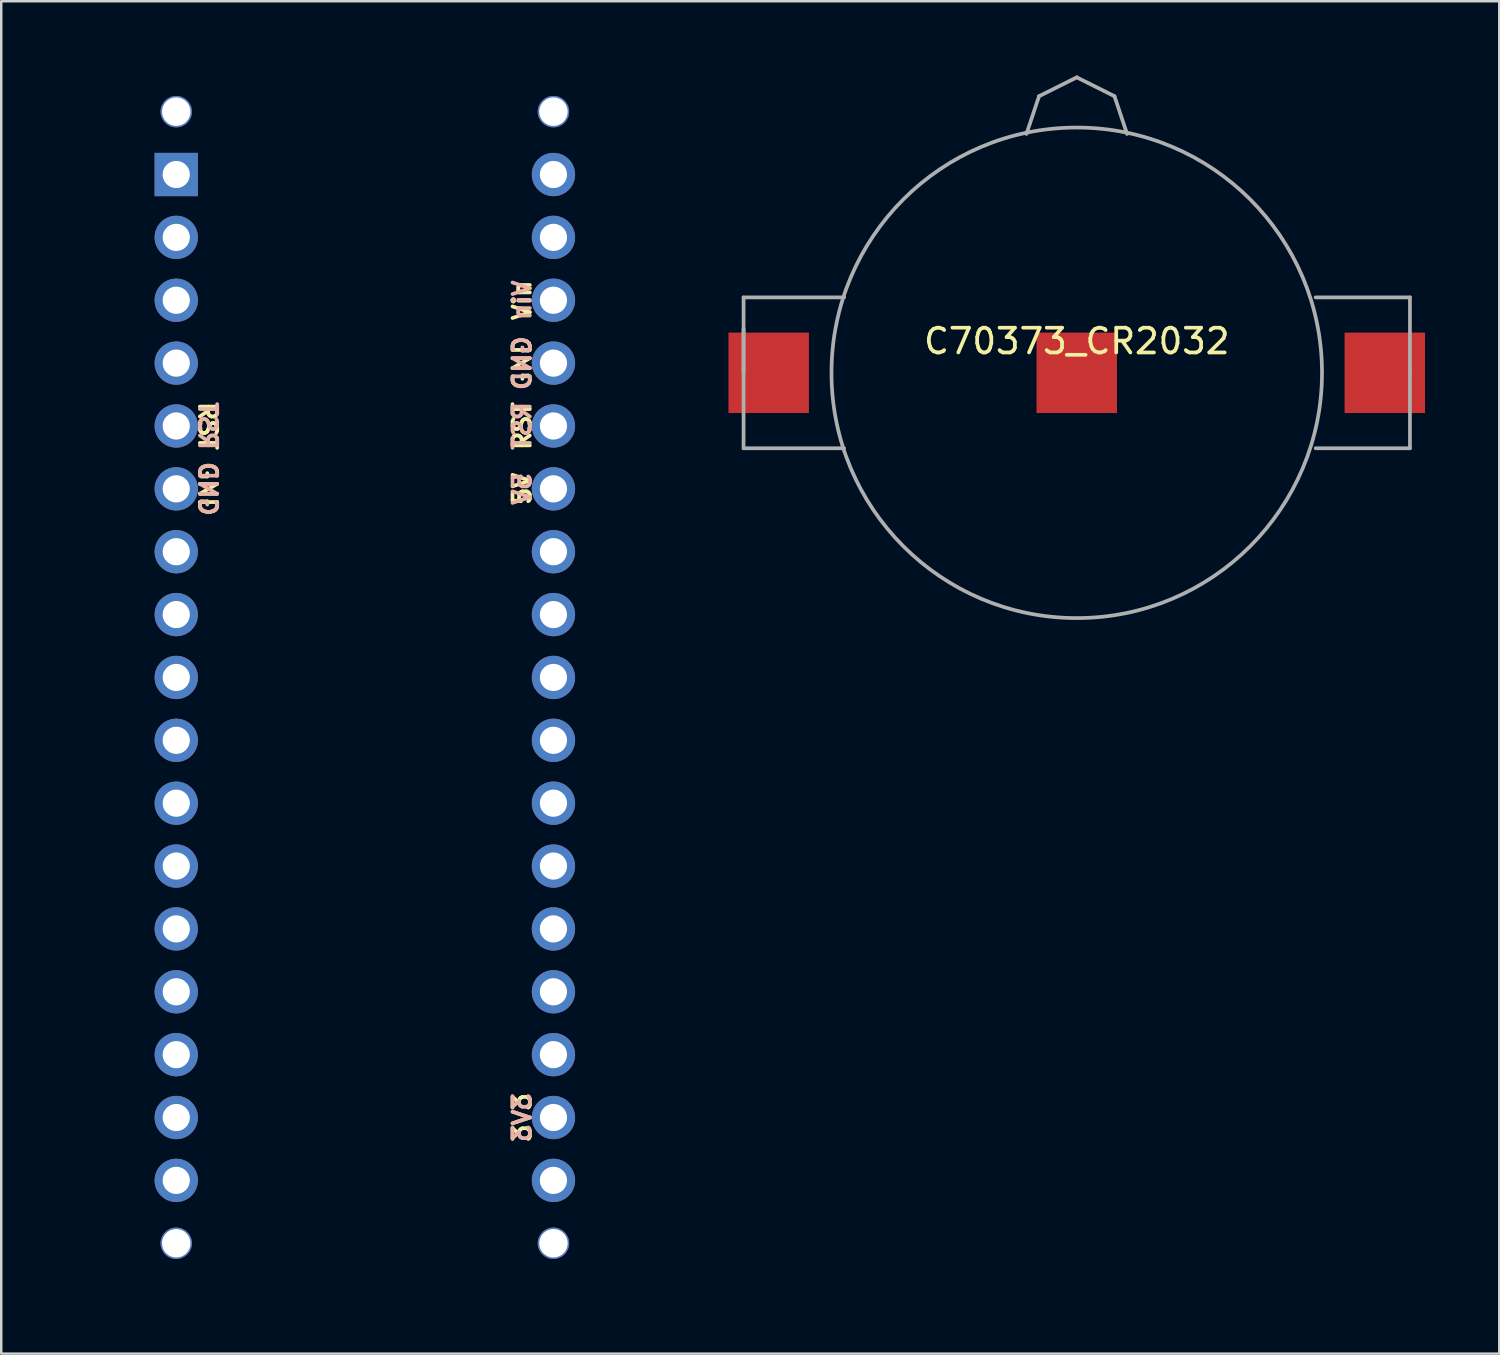
<source format=kicad_pcb>
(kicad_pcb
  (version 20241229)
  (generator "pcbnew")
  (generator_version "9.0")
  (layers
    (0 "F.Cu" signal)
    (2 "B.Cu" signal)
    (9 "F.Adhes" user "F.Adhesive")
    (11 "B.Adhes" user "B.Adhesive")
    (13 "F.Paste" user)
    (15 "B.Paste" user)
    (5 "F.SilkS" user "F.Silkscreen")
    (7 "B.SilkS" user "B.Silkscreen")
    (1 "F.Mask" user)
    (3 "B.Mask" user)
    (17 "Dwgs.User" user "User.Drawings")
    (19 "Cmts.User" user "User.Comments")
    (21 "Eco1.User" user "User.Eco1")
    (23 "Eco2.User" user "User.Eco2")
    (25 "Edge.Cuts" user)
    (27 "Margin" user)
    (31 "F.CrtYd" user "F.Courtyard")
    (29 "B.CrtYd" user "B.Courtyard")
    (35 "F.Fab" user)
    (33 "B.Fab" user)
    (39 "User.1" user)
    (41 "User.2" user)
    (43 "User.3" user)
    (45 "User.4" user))
  (footprint "C70373_CR2032"
    (layer "F.Cu")
    (at 46.55 7.441)
    (property "Reference" "C70373_CR2032" (at -6.096 3.294 0) (layer "F.SilkS") (effects (font (size 1 1) (thickness 0.15))))
    (attr through_hole)
    (fp_line (start -19.558 1.524) (end -15.494 1.524) (stroke (width 0.15) (type solid)) (layer "F.Fab"))
    (fp_line (start -19.558 2.794) (end -19.558 7.62) (stroke (width 0.15) (type solid)) (layer "F.Fab"))
    (fp_line (start -19.558 4.572) (end -19.558 1.524) (stroke (width 0.15) (type solid)) (layer "F.Fab"))
    (fp_line (start -19.558 7.62) (end -15.494 7.62) (stroke (width 0.15) (type solid)) (layer "F.Fab"))
    (fp_line (start -8.128 -5.08) (end -7.62 -6.604) (stroke (width 0.15) (type solid)) (layer "F.Fab"))
    (fp_line (start -7.62 -6.604) (end -6.096 -7.366) (stroke (width 0.15) (type solid)) (layer "F.Fab"))
    (fp_line (start -6.096 -7.366) (end -4.572 -6.604) (stroke (width 0.15) (type solid)) (layer "F.Fab"))
    (fp_line (start -4.572 -6.604) (end -4.064 -5.08) (stroke (width 0.15) (type solid)) (layer "F.Fab"))
    (fp_line (start 7.366 1.524) (end 3.556 1.524) (stroke (width 0.15) (type solid)) (layer "F.Fab"))
    (fp_line (start 7.366 4.572) (end 7.366 1.524) (stroke (width 0.15) (type solid)) (layer "F.Fab"))
    (fp_line (start 7.366 4.572) (end 7.366 7.62) (stroke (width 0.15) (type solid)) (layer "F.Fab"))
    (fp_line (start 7.366 7.62) (end 3.556 7.62) (stroke (width 0.15) (type solid)) (layer "F.Fab"))
    (fp_circle (center -6.096 4.572) (end 3.81 4.318) (stroke (width 0.15) (type solid)) (fill no) (layer "F.Fab"))
    (pad "1" smd rect (at -18.542 4.572) (size 3.25 3.25) (layers "F.Cu" "F.Mask" "F.Paste"))
    (pad "1" smd rect (at 6.35 4.572) (size 3.25 3.25) (layers "F.Cu" "F.Mask" "F.Paste"))
    (pad "2" smd rect (at -6.096 4.572) (size 3.25 3.25) (layers "F.Cu" "F.Mask" "F.Paste")))
  (footprint "arduino_micro_large"
    (layer "F.Cu")
    (at 11.691 16.701)
    (property "Reference" "arduino_micro_large" (at 0 -2.54 0) (layer "Eco1.User") (effects (font (size 1.27 1.524) (thickness 0.203))))
    (attr through_hole)
    (fp_line (start -8.89 -16.51) (end -8.89 31.75) (stroke (width 0.381) (type solid)) (layer "Margin"))
    (fp_line (start -8.89 -13.716) (end -8.89 16.764) (stroke (width 0.381) (type solid)) (layer "Margin"))
    (fp_line (start -8.89 31.75) (end 8.89 31.75) (stroke (width 0.381) (type solid)) (layer "Margin"))
    (fp_line (start -8.89 31.75) (end 8.89 31.75) (stroke (width 0.381) (type solid)) (layer "Margin"))
    (fp_line (start -6.35 -13.97) (end -8.89 -13.97) (stroke (width 0.381) (type solid)) (layer "Margin"))
    (fp_line (start -6.35 -13.97) (end -6.35 -11.43) (stroke (width 0.381) (type solid)) (layer "Margin"))
    (fp_line (start -6.35 -13.716) (end -6.35 -11.43) (stroke (width 0.381) (type solid)) (layer "Margin"))
    (fp_line (start -6.35 -11.43) (end -8.89 -11.43) (stroke (width 0.381) (type solid)) (layer "Margin"))
    (fp_line (start 8.89 -16.51) (end -8.89 -16.51) (stroke (width 0.381) (type solid)) (layer "Margin"))
    (fp_line (start 8.89 -16.51) (end -8.89 -16.51) (stroke (width 0.381) (type solid)) (layer "Margin"))
    (fp_line (start 8.89 16.764) (end 8.89 -16.51) (stroke (width 0.381) (type solid)) (layer "Margin"))
    (fp_line (start 8.89 31.75) (end 8.89 -16.51) (stroke (width 0.381) (type solid)) (layer "Margin"))
    (fp_text user "GND" (at 6.35 -5.08 90) (layer "F.SilkS") (effects (font (size 0.7 0.7) (thickness 0.15))))
    (fp_text user "GND" (at -6.35 0 270) (unlocked yes) (layer "F.SilkS") (effects (font (size 0.7 0.7) (thickness 0.15))))
    (fp_text user "5V" (at 6.35 0 90) (unlocked yes) (layer "F.SilkS") (effects (font (size 0.7 0.7) (thickness 0.15))))
    (fp_text user "RST" (at -6.35 -2.54 270) (unlocked yes) (layer "F.SilkS") (effects (font (size 0.7 0.7) (thickness 0.15))))
    (fp_text user "Vin" (at 6.35 -7.62 90) (layer "F.SilkS") (effects (font (size 0.7 0.7) (thickness 0.15))))
    (fp_text user "RST" (at 6.35 -2.54 90) (layer "F.SilkS") (effects (font (size 0.7 0.7) (thickness 0.15))))
    (fp_text user "3V3" (at 6.35 25.4 90) (unlocked yes) (layer "F.SilkS") (effects (font (size 0.7 0.7) (thickness 0.15))))
    (fp_text user "Vin" (at 6.35 -7.62 90) (layer "B.SilkS") (effects (font (size 0.7 0.7) (thickness 0.15)) (justify mirror)))
    (fp_text user "3V3" (at 6.35 25.4 90) (unlocked yes) (layer "B.SilkS") (effects (font (size 0.7 0.7) (thickness 0.15)) (justify mirror)))
    (fp_text user "RST" (at 6.35 -2.54 90) (unlocked yes) (layer "B.SilkS") (effects (font (size 0.7 0.7) (thickness 0.15)) (justify mirror)))
    (fp_text user "GND" (at 6.35 -5.08 90) (layer "B.SilkS") (effects (font (size 0.7 0.7) (thickness 0.15)) (justify mirror)))
    (fp_text user "GND" (at -6.35 0 270) (unlocked yes) (layer "B.SilkS") (effects (font (size 0.7 0.7) (thickness 0.15)) (justify mirror)))
    (fp_text user "5V" (at 6.35 0 90) (unlocked yes) (layer "B.SilkS") (effects (font (size 0.7 0.7) (thickness 0.15)) (justify mirror)))
    (fp_text user "RST" (at -6.35 -2.54 270) (unlocked yes) (layer "B.SilkS") (effects (font (size 0.7 0.7) (thickness 0.15)) (justify mirror)))
    (pad "" np_thru_hole circle (at -7.62 -15.24 270) (size 1.27 1.27) (drill 1.152) (layers "*.Cu" "*.Mask"))
    (pad "" np_thru_hole circle (at -7.62 30.48 270) (size 1.27 1.27) (drill 1.152) (layers "*.Cu" "*.Mask"))
    (pad "" np_thru_hole circle (at 7.62 -15.24 270) (size 1.27 1.27) (drill 1.152) (layers "*.Cu" "*.Mask"))
    (pad "" np_thru_hole circle (at 7.62 30.48 270) (size 1.27 1.27) (drill 1.152) (layers "*.Cu" "*.Mask"))
    (pad "1" thru_hole rect (at -7.62 -12.7 270) (size 1.75 1.75) (drill 1.1) (layers "*.Cu" "*.Mask"))
    (pad "2" thru_hole circle (at -7.62 -10.16 270) (size 1.75 1.75) (drill 1.1) (layers "*.Cu" "*.Mask"))
    (pad "3" thru_hole circle (at -7.62 -7.62 270) (size 1.75 1.75) (drill 1.1) (layers "*.Cu" "*.Mask"))
    (pad "4" thru_hole circle (at -7.62 -5.08 270) (size 1.75 1.75) (drill 1.1) (layers "*.Cu" "*.Mask"))
    (pad "5" thru_hole circle (at -7.62 -2.54 270) (size 1.75 1.75) (drill 1.1) (layers "*.Cu" "*.Mask"))
    (pad "6" thru_hole circle (at -7.62 0 270) (size 1.75 1.75) (drill 1.1) (layers "*.Cu" "*.Mask"))
    (pad "7" thru_hole circle (at -7.62 2.54 270) (size 1.75 1.75) (drill 1.1) (layers "*.Cu" "*.Mask"))
    (pad "8" thru_hole circle (at -7.62 5.08 270) (size 1.75 1.75) (drill 1.1) (layers "*.Cu" "*.Mask"))
    (pad "9" thru_hole circle (at -7.62 7.62 270) (size 1.75 1.75) (drill 1.1) (layers "*.Cu" "*.Mask"))
    (pad "10" thru_hole circle (at -7.62 10.16 270) (size 1.75 1.75) (drill 1.1) (layers "*.Cu" "*.Mask"))
    (pad "11" thru_hole circle (at -7.62 12.7 270) (size 1.75 1.75) (drill 1.1) (layers "*.Cu" "*.Mask"))
    (pad "12" thru_hole circle (at -7.62 15.24 270) (size 1.75 1.75) (drill 1.1) (layers "*.Cu" "*.Mask"))
    (pad "13" thru_hole circle (at -7.62 17.78 270) (size 1.75 1.75) (drill 1.1) (layers "*.Cu" "*.Mask"))
    (pad "14" thru_hole circle (at -7.62 20.32 270) (size 1.75 1.75) (drill 1.1) (layers "*.Cu" "*.Mask"))
    (pad "15" thru_hole circle (at -7.62 22.86 270) (size 1.75 1.75) (drill 1.1) (layers "*.Cu" "*.Mask"))
    (pad "16" thru_hole circle (at -7.62 25.4 270) (size 1.75 1.75) (drill 1.1) (layers "*.Cu" "*.Mask"))
    (pad "17" thru_hole circle (at -7.62 27.94 270) (size 1.75 1.75) (drill 1.1) (layers "*.Cu" "*.Mask"))
    (pad "18" thru_hole circle (at 7.62 27.94 270) (size 1.75 1.75) (drill 1.1) (layers "*.Cu" "*.Mask"))
    (pad "19" thru_hole circle (at 7.62 25.4 270) (size 1.75 1.75) (drill 1.1) (layers "*.Cu" "*.Mask"))
    (pad "20" thru_hole circle (at 7.62 22.86 270) (size 1.75 1.75) (drill 1.1) (layers "*.Cu" "*.Mask"))
    (pad "21" thru_hole circle (at 7.62 20.32 90) (size 1.75 1.75) (drill 1.1) (layers "*.Cu" "*.Mask"))
    (pad "22" thru_hole circle (at 7.62 17.78 270) (size 1.75 1.75) (drill 1.1) (layers "*.Cu" "*.Mask"))
    (pad "23" thru_hole circle (at 7.62 15.24 270) (size 1.75 1.75) (drill 1.1) (layers "*.Cu" "*.Mask"))
    (pad "24" thru_hole circle (at 7.62 12.7 270) (size 1.75 1.75) (drill 1.1) (layers "*.Cu" "*.Mask"))
    (pad "25" thru_hole circle (at 7.62 10.16 270) (size 1.75 1.75) (drill 1.1) (layers "*.Cu" "*.Mask"))
    (pad "26" thru_hole circle (at 7.62 7.62 270) (size 1.75 1.75) (drill 1.1) (layers "*.Cu" "*.Mask"))
    (pad "27" thru_hole circle (at 7.62 5.08 270) (size 1.75 1.75) (drill 1.1) (layers "*.Cu" "*.Mask"))
    (pad "28" thru_hole circle (at 7.62 2.54 270) (size 1.75 1.75) (drill 1.1) (layers "*.Cu" "*.Mask"))
    (pad "29" thru_hole circle (at 7.62 0 270) (size 1.75 1.75) (drill 1.1) (layers "*.Cu" "*.Mask"))
    (pad "30" thru_hole circle (at 7.62 -2.54 270) (size 1.75 1.75) (drill 1.1) (layers "*.Cu" "*.Mask"))
    (pad "31" thru_hole circle (at 7.62 -5.08 270) (size 1.75 1.75) (drill 1.1) (layers "*.Cu" "*.Mask"))
    (pad "32" thru_hole circle (at 7.62 -7.62 270) (size 1.75 1.75) (drill 1.1) (layers "*.Cu" "*.Mask"))
    (pad "33" thru_hole circle (at 7.62 -10.16 270) (size 1.75 1.75) (drill 1.1) (layers "*.Cu" "*.Mask"))
    (pad "34" thru_hole circle (at 7.62 -12.7 270) (size 1.75 1.75) (drill 1.1) (layers "*.Cu" "*.Mask")))
  (gr_rect
    (start -3 -3)
    (end 57.525 51.641)
    (stroke (width 0.1) (type default))
    (fill no)
    (layer "Edge.Cuts")))
</source>
